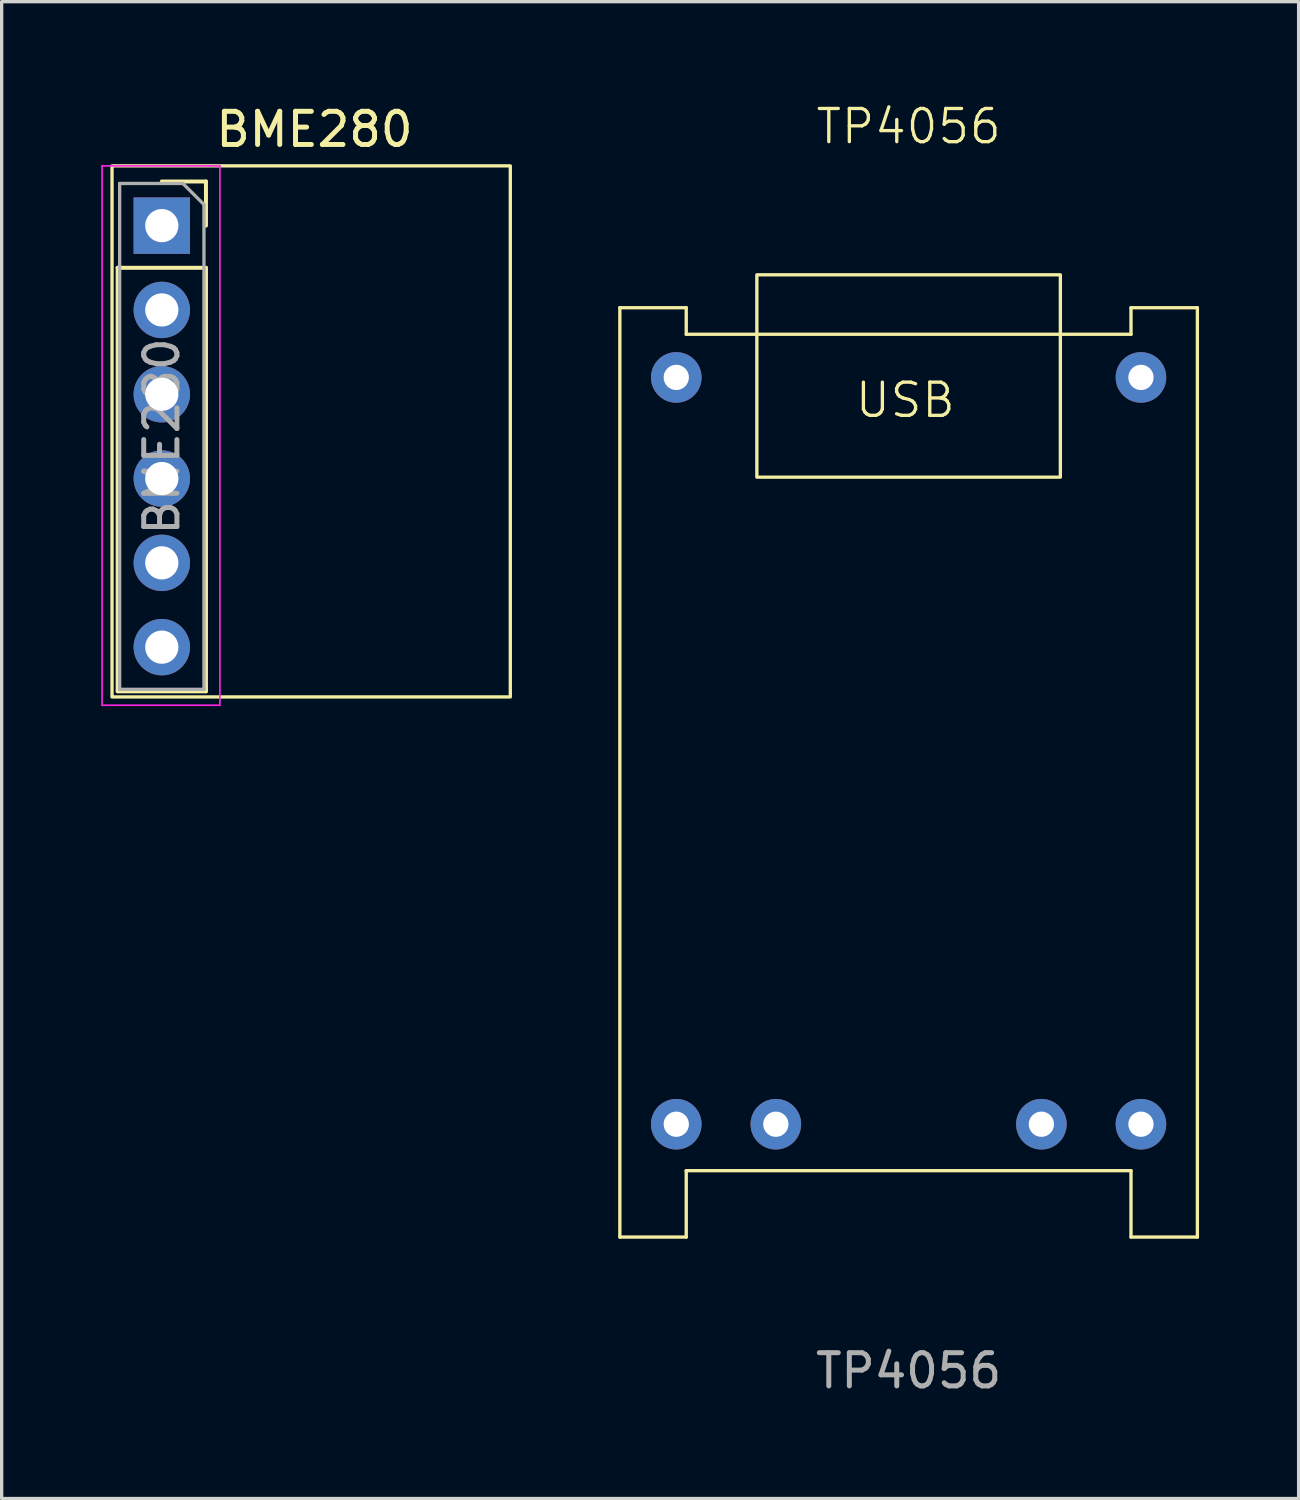
<source format=kicad_pcb>
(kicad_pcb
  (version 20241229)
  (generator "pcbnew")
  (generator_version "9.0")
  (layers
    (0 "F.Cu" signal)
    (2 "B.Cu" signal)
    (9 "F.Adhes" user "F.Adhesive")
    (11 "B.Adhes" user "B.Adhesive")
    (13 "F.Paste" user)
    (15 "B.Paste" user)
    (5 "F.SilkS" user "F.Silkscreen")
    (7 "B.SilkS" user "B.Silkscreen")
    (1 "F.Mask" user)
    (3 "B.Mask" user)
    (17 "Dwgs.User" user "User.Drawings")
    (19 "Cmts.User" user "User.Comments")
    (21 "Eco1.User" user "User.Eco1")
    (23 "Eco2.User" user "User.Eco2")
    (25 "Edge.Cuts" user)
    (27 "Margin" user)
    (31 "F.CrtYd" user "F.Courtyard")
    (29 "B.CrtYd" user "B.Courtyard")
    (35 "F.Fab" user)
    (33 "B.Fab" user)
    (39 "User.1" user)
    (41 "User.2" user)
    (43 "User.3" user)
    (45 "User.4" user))
  (footprint "TP4056"
    (layer "F.Cu")
    (at 15.625 34.221)
    (property "Reference" "TP4056" (at 8.7 -33.461 0) (unlocked yes) (layer "F.SilkS") (effects (font (size 1 1) (thickness 0.1))))
    (attr through_hole)
    (fp_line (start 0 -28) (end 0 0) (stroke (width 0.1) (type default)) (layer "F.SilkS"))
    (fp_line (start 0 0) (end 2 0) (stroke (width 0.1) (type default)) (layer "F.SilkS"))
    (fp_line (start 2 -28) (end 0 -28) (stroke (width 0.1) (type default)) (layer "F.SilkS"))
    (fp_line (start 2 -27.2) (end 2 -28) (stroke (width 0.1) (type default)) (layer "F.SilkS"))
    (fp_line (start 2 -2) (end 15.4 -2) (stroke (width 0.1) (type default)) (layer "F.SilkS"))
    (fp_line (start 2 0) (end 2 -2) (stroke (width 0.1) (type default)) (layer "F.SilkS"))
    (fp_line (start 15.4 -28) (end 15.4 -27.2) (stroke (width 0.1) (type default)) (layer "F.SilkS"))
    (fp_line (start 15.4 -27.2) (end 2 -27.2) (stroke (width 0.1) (type default)) (layer "F.SilkS"))
    (fp_line (start 15.4 -2) (end 15.4 0) (stroke (width 0.1) (type default)) (layer "F.SilkS"))
    (fp_line (start 15.4 0) (end 17.4 0) (stroke (width 0.1) (type default)) (layer "F.SilkS"))
    (fp_line (start 15.416 -25.9) (end 15.416 -25.9) (stroke (width 0.1) (type default)) (layer "F.SilkS"))
    (fp_line (start 17.4 -28) (end 15.4 -28) (stroke (width 0.1) (type default)) (layer "F.SilkS"))
    (fp_line (start 17.4 0) (end 17.4 -28) (stroke (width 0.1) (type default)) (layer "F.SilkS"))
    (fp_rect (start 4.128 -28.991) (end 13.272 -22.895) (stroke (width 0.1) (type default)) (fill no) (layer "F.SilkS"))
    (fp_text user "USB" (at 7.034 -24.63 0) (unlocked yes) (layer "F.SilkS") (effects (font (size 1 1) (thickness 0.1)) (justify left bottom)))
    (fp_text user "${REFERENCE}" (at 8.7 4.029 0) (unlocked yes) (layer "F.Fab") (effects (font (size 1 1) (thickness 0.15))))
    (pad "1" thru_hole circle (at 15.7 -25.9) (size 1.524 1.524) (drill 0.762) (layers "*.Cu" "*.Mask"))
    (pad "2" thru_hole circle (at 1.7 -25.9) (size 1.524 1.524) (drill 0.762) (layers "*.Cu" "*.Mask"))
    (pad "3" thru_hole circle (at 15.7 -3.4) (size 1.524 1.524) (drill 0.762) (layers "*.Cu" "*.Mask"))
    (pad "4" thru_hole circle (at 12.7 -3.4) (size 1.524 1.524) (drill 0.762) (layers "*.Cu" "*.Mask"))
    (pad "5" thru_hole circle (at 4.7 -3.4) (size 1.524 1.524) (drill 0.762) (layers "*.Cu" "*.Mask"))
    (pad "6" thru_hole circle (at 1.7 -3.4) (size 1.524 1.524) (drill 0.762) (layers "*.Cu" "*.Mask")))
  (footprint "BME280"
    (layer "F.Cu")
    (at 1.825 3.748)
    (property "Reference" "BME280" (at 4.6 -2.9 0) (layer "F.SilkS") (effects (font (size 1 1) (thickness 0.15))))
    (attr through_hole)
    (fp_line (start -1.33 1.27) (end -1.33 14.03) (stroke (width 0.12) (type solid)) (layer "F.SilkS"))
    (fp_line (start -1.33 1.27) (end 1.33 1.27) (stroke (width 0.12) (type solid)) (layer "F.SilkS"))
    (fp_line (start -1.33 14.03) (end 1.33 14.03) (stroke (width 0.12) (type solid)) (layer "F.SilkS"))
    (fp_line (start 0 -1.33) (end 1.33 -1.33) (stroke (width 0.12) (type solid)) (layer "F.SilkS"))
    (fp_line (start 1.33 -1.33) (end 1.33 0) (stroke (width 0.12) (type solid)) (layer "F.SilkS"))
    (fp_line (start 1.33 1.27) (end 1.33 14.03) (stroke (width 0.12) (type solid)) (layer "F.SilkS"))
    (fp_rect (start -1.5 -1.8) (end 10.5 14.2) (stroke (width 0.1) (type default)) (fill no) (layer "F.SilkS"))
    (fp_line (start -1.8 -1.8) (end 1.75 -1.8) (stroke (width 0.05) (type solid)) (layer "F.CrtYd"))
    (fp_line (start -1.8 14.45) (end -1.8 -1.8) (stroke (width 0.05) (type solid)) (layer "F.CrtYd"))
    (fp_line (start 1.75 -1.8) (end 1.75 14.45) (stroke (width 0.05) (type solid)) (layer "F.CrtYd"))
    (fp_line (start 1.75 14.45) (end -1.8 14.45) (stroke (width 0.05) (type solid)) (layer "F.CrtYd"))
    (fp_line (start -1.27 -1.27) (end 0.635 -1.27) (stroke (width 0.1) (type solid)) (layer "F.Fab"))
    (fp_line (start -1.27 13.97) (end -1.27 -1.27) (stroke (width 0.1) (type solid)) (layer "F.Fab"))
    (fp_line (start 0.635 -1.27) (end 1.27 -0.635) (stroke (width 0.1) (type solid)) (layer "F.Fab"))
    (fp_line (start 1.27 -0.635) (end 1.27 13.97) (stroke (width 0.1) (type solid)) (layer "F.Fab"))
    (fp_line (start 1.27 13.97) (end -1.27 13.97) (stroke (width 0.1) (type solid)) (layer "F.Fab"))
    (fp_text user "${REFERENCE}" (at 0 6.35 90) (layer "F.Fab") (effects (font (size 1 1) (thickness 0.15))))
    (pad "1" thru_hole rect (at 0 0) (size 1.7 1.7) (drill 1) (layers "*.Cu" "*.Mask"))
    (pad "2" thru_hole oval (at 0 2.54) (size 1.7 1.7) (drill 1) (layers "*.Cu" "*.Mask"))
    (pad "3" thru_hole oval (at 0 5.08) (size 1.7 1.7) (drill 1) (layers "*.Cu" "*.Mask"))
    (pad "4" thru_hole oval (at 0 7.62) (size 1.7 1.7) (drill 1) (layers "*.Cu" "*.Mask"))
    (pad "5" thru_hole oval (at 0 10.16) (size 1.7 1.7) (drill 1) (layers "*.Cu" "*.Mask"))
    (pad "6" thru_hole oval (at 0 12.7) (size 1.7 1.7) (drill 1) (layers "*.Cu" "*.Mask")))
  (gr_rect
    (start -3 -3)
    (end 36.075 42.099)
    (stroke (width 0.1) (type default))
    (fill no)
    (layer "Edge.Cuts")))
</source>
